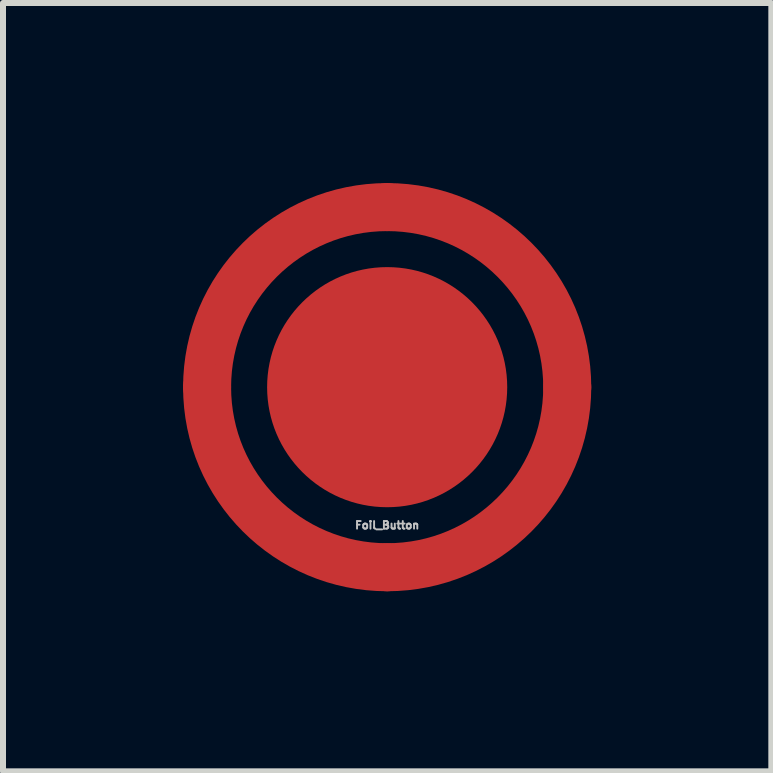
<source format=kicad_pcb>
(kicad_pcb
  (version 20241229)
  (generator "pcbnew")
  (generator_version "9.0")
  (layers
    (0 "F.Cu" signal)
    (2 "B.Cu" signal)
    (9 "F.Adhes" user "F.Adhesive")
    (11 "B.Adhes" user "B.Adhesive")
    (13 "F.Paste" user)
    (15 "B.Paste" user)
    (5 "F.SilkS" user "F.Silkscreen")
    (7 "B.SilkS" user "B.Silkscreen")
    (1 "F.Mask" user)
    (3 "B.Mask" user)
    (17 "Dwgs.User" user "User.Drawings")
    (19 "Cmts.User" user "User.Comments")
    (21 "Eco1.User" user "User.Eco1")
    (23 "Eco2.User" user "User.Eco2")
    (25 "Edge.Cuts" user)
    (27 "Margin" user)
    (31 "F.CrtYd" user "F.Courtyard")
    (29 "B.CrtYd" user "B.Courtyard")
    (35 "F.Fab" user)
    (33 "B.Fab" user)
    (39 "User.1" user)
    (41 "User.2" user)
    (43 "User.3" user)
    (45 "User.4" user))
  (footprint "Foil_Button"
    (layer "F.Cu")
    (at 3.4 3.4)
    (property "Reference" "Foil_Button" (at 0 2.3 0) (layer "Dwgs.User") (effects (font (size 0.127 0.127) (thickness 0.032))))
    (attr through_hole)
    (fp_circle (center 0 0) (end 3 0) (stroke (width 0.8) (type solid)) (fill no) (layer "F.Cu"))
    (pad "1" connect circle (at 0 0) (size 4 4) (layers "F.Cu" "F.Mask"))
    (pad "2" connect circle (at -3 0) (size 0.8 0.8) (layers "F.Cu" "F.Mask"))
    (pad "2" connect circle (at 0 -3) (size 0.8 0.8) (layers "F.Cu" "F.Mask"))
    (pad "2" connect circle (at 0 3) (size 0.8 0.8) (layers "F.Cu" "F.Mask"))
    (pad "2" connect circle (at 3 0) (size 0.8 0.8) (layers "F.Cu" "F.Mask")))
  (gr_rect
    (start -3 -3)
    (end 9.8 9.8)
    (stroke (width 0.1) (type default))
    (fill no)
    (layer "Edge.Cuts")))
</source>
